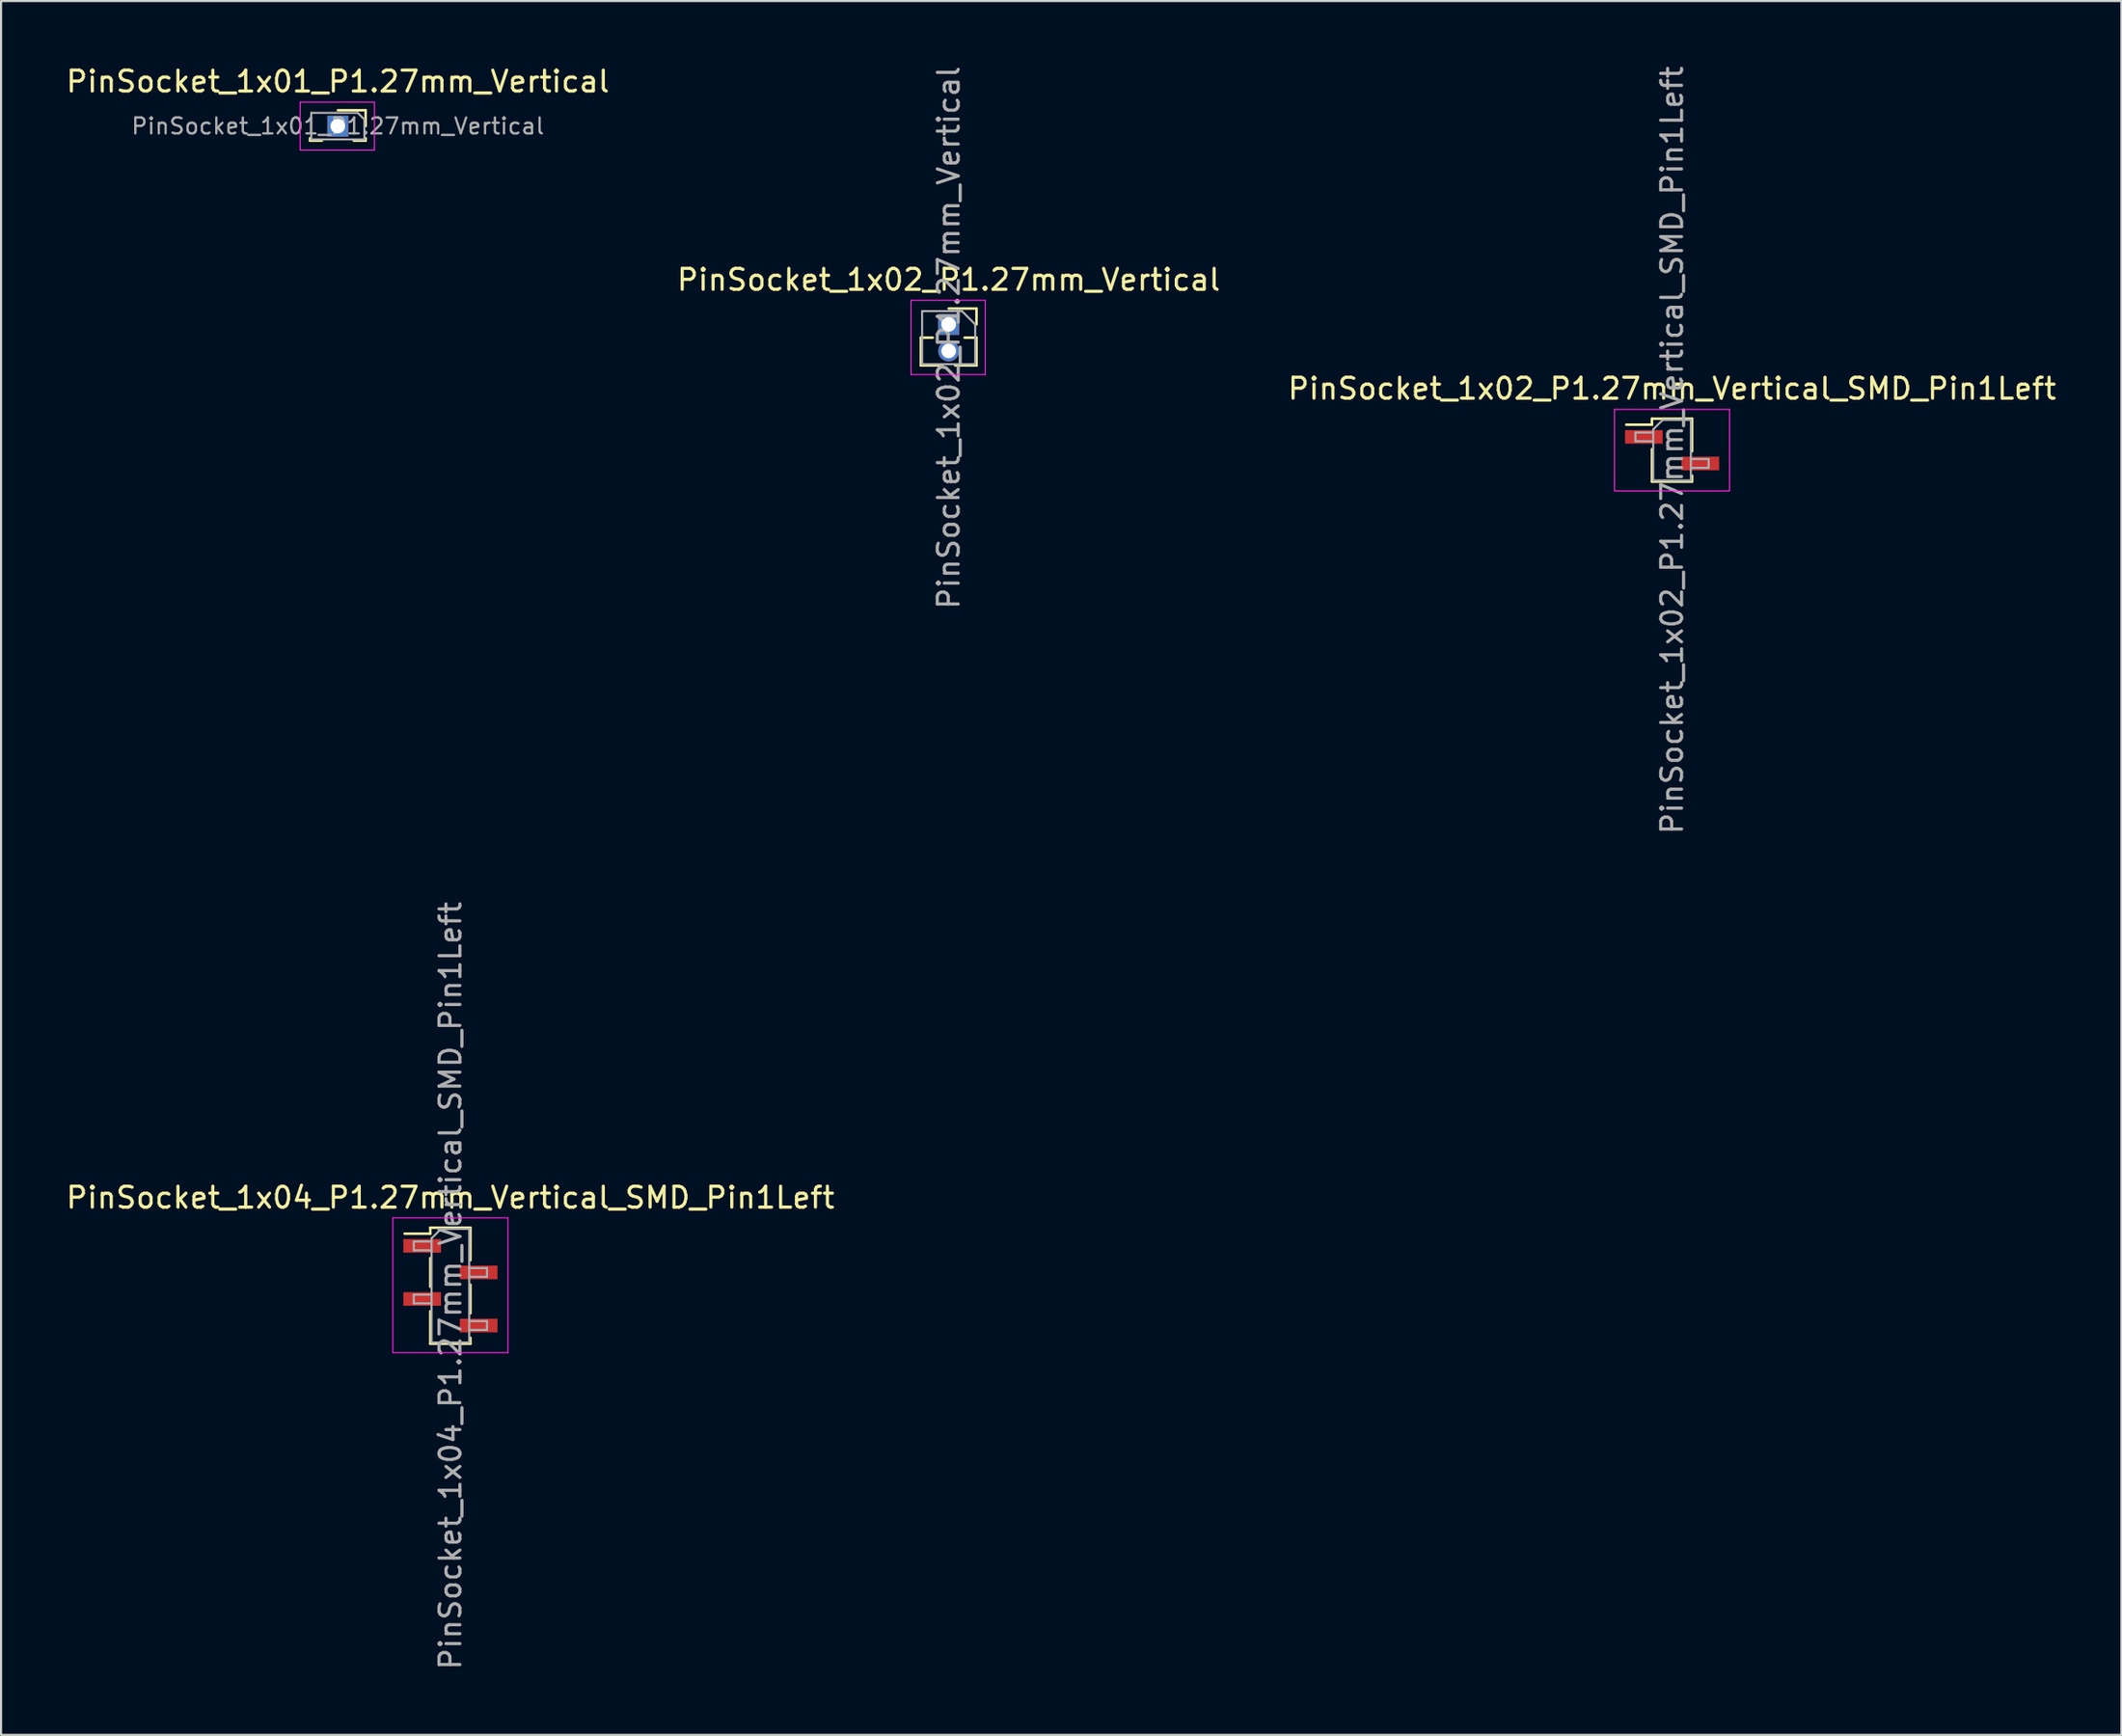
<source format=kicad_pcb>
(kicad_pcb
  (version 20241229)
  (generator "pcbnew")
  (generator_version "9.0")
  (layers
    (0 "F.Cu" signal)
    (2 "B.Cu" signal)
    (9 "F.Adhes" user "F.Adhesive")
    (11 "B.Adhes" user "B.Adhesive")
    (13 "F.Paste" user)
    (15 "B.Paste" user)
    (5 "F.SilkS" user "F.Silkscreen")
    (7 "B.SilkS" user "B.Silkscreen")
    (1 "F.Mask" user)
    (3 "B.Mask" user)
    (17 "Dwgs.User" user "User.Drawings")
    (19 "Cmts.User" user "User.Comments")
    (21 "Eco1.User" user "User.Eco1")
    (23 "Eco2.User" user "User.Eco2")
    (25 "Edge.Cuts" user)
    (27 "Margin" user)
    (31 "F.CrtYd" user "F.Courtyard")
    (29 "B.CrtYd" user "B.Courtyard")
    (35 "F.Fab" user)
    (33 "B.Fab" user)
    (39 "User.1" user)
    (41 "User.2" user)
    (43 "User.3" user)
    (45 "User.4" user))
  (footprint "PinSocket_1x02_P1.27mm_Vertical"
    (layer "F.Cu")
    (at 42.304 12.466)
    (property "Reference" "PinSocket_1x02_P1.27mm_Vertical" (at 0 -2.135 0) (layer "F.SilkS") (effects (font (size 1 1) (thickness 0.15))))
    (attr through_hole)
    (fp_line (start -1.33 0.635) (end -1.33 1.965) (stroke (width 0.12) (type solid)) (layer "F.SilkS"))
    (fp_line (start -1.33 0.635) (end -0.76 0.635) (stroke (width 0.12) (type solid)) (layer "F.SilkS"))
    (fp_line (start -1.33 1.965) (end -0.308 1.965) (stroke (width 0.12) (type solid)) (layer "F.SilkS"))
    (fp_line (start 0 -0.76) (end 1.33 -0.76) (stroke (width 0.12) (type solid)) (layer "F.SilkS"))
    (fp_line (start 0.308 1.965) (end 1.33 1.965) (stroke (width 0.12) (type solid)) (layer "F.SilkS"))
    (fp_line (start 0.76 0.635) (end 1.33 0.635) (stroke (width 0.12) (type solid)) (layer "F.SilkS"))
    (fp_line (start 1.33 -0.76) (end 1.33 0) (stroke (width 0.12) (type solid)) (layer "F.SilkS"))
    (fp_line (start 1.33 0.635) (end 1.33 1.965) (stroke (width 0.12) (type solid)) (layer "F.SilkS"))
    (fp_line (start -1.8 -1.15) (end 1.75 -1.15) (stroke (width 0.05) (type solid)) (layer "F.CrtYd"))
    (fp_line (start -1.8 2.4) (end -1.8 -1.15) (stroke (width 0.05) (type solid)) (layer "F.CrtYd"))
    (fp_line (start 1.75 -1.15) (end 1.75 2.4) (stroke (width 0.05) (type solid)) (layer "F.CrtYd"))
    (fp_line (start 1.75 2.4) (end -1.8 2.4) (stroke (width 0.05) (type solid)) (layer "F.CrtYd"))
    (fp_line (start -1.27 -0.635) (end 0.635 -0.635) (stroke (width 0.1) (type solid)) (layer "F.Fab"))
    (fp_line (start -1.27 1.905) (end -1.27 -0.635) (stroke (width 0.1) (type solid)) (layer "F.Fab"))
    (fp_line (start 0.635 -0.635) (end 1.27 0) (stroke (width 0.1) (type solid)) (layer "F.Fab"))
    (fp_line (start 1.27 0) (end 1.27 1.905) (stroke (width 0.1) (type solid)) (layer "F.Fab"))
    (fp_line (start 1.27 1.905) (end -1.27 1.905) (stroke (width 0.1) (type solid)) (layer "F.Fab"))
    (fp_text user "${REFERENCE}" (at 0 0.635 90) (layer "F.Fab") (effects (font (size 1 1) (thickness 0.15))))
    (pad "1" thru_hole rect (at 0 0) (size 1 1) (drill 0.7) (layers "*.Cu" "*.Mask"))
    (pad "2" thru_hole oval (at 0 1.27) (size 1 1) (drill 0.7) (layers "*.Cu" "*.Mask")))
  (footprint "PinSocket_1x01_P1.27mm_Vertical"
    (layer "F.Cu")
    (at 13.101 2.983)
    (property "Reference" "PinSocket_1x01_P1.27mm_Vertical" (at 0 -2.135 0) (layer "F.SilkS") (effects (font (size 1 1) (thickness 0.15))))
    (attr through_hole)
    (fp_line (start -1.33 0.575) (end -1.33 0.695) (stroke (width 0.12) (type solid)) (layer "F.SilkS"))
    (fp_line (start -1.33 0.695) (end -0.76 0.695) (stroke (width 0.12) (type solid)) (layer "F.SilkS"))
    (fp_line (start 0 -0.76) (end 1.33 -0.76) (stroke (width 0.12) (type solid)) (layer "F.SilkS"))
    (fp_line (start 0.76 0.695) (end 1.33 0.695) (stroke (width 0.12) (type solid)) (layer "F.SilkS"))
    (fp_line (start 1.33 -0.76) (end 1.33 0) (stroke (width 0.12) (type solid)) (layer "F.SilkS"))
    (fp_line (start 1.33 0.575) (end 1.33 0.695) (stroke (width 0.12) (type solid)) (layer "F.SilkS"))
    (fp_line (start -1.8 -1.15) (end 1.75 -1.15) (stroke (width 0.05) (type solid)) (layer "F.CrtYd"))
    (fp_line (start -1.8 1.15) (end -1.8 -1.15) (stroke (width 0.05) (type solid)) (layer "F.CrtYd"))
    (fp_line (start 1.75 -1.15) (end 1.75 1.15) (stroke (width 0.05) (type solid)) (layer "F.CrtYd"))
    (fp_line (start 1.75 1.15) (end -1.8 1.15) (stroke (width 0.05) (type solid)) (layer "F.CrtYd"))
    (fp_line (start -1.27 -0.635) (end 0.953 -0.635) (stroke (width 0.1) (type solid)) (layer "F.Fab"))
    (fp_line (start -1.27 0.635) (end -1.27 -0.635) (stroke (width 0.1) (type solid)) (layer "F.Fab"))
    (fp_line (start 0.953 -0.635) (end 1.27 -0.318) (stroke (width 0.1) (type solid)) (layer "F.Fab"))
    (fp_line (start 1.27 -0.318) (end 1.27 0.635) (stroke (width 0.1) (type solid)) (layer "F.Fab"))
    (fp_line (start 1.27 0.635) (end -1.27 0.635) (stroke (width 0.1) (type solid)) (layer "F.Fab"))
    (fp_text user "${REFERENCE}" (at 0 0 0) (layer "F.Fab") (effects (font (size 0.76 0.76) (thickness 0.11))))
    (pad "1" thru_hole rect (at 0 0) (size 1 1) (drill 0.7) (layers "*.Cu" "*.Mask")))
  (footprint "PinSocket_1x04_P1.27mm_Vertical_SMD_Pin1Left"
    (layer "F.Cu")
    (at 18.482 58.446)
    (property "Reference" "PinSocket_1x04_P1.27mm_Vertical_SMD_Pin1Left" (at 0 -4.215 0) (layer "F.SilkS") (effects (font (size 1 1) (thickness 0.15))))
    (attr smd)
    (fp_line (start -2.19 -2.49) (end -0.96 -2.49) (stroke (width 0.12) (type solid)) (layer "F.SilkS"))
    (fp_line (start -0.96 -2.775) (end -0.96 -2.49) (stroke (width 0.12) (type solid)) (layer "F.SilkS"))
    (fp_line (start -0.96 -2.775) (end 0.96 -2.775) (stroke (width 0.12) (type solid)) (layer "F.SilkS"))
    (fp_line (start -0.96 -1.32) (end -0.96 0.05) (stroke (width 0.12) (type solid)) (layer "F.SilkS"))
    (fp_line (start -0.96 1.22) (end -0.96 2.775) (stroke (width 0.12) (type solid)) (layer "F.SilkS"))
    (fp_line (start -0.96 2.775) (end 0.96 2.775) (stroke (width 0.12) (type solid)) (layer "F.SilkS"))
    (fp_line (start 0.96 -2.775) (end 0.96 -1.22) (stroke (width 0.12) (type solid)) (layer "F.SilkS"))
    (fp_line (start 0.96 -0.05) (end 0.96 1.32) (stroke (width 0.12) (type solid)) (layer "F.SilkS"))
    (fp_line (start 0.96 2.49) (end 0.96 2.775) (stroke (width 0.12) (type solid)) (layer "F.SilkS"))
    (fp_line (start -2.75 -3.25) (end 2.75 -3.25) (stroke (width 0.05) (type solid)) (layer "F.CrtYd"))
    (fp_line (start -2.75 3.2) (end -2.75 -3.25) (stroke (width 0.05) (type solid)) (layer "F.CrtYd"))
    (fp_line (start 2.75 -3.25) (end 2.75 3.2) (stroke (width 0.05) (type solid)) (layer "F.CrtYd"))
    (fp_line (start 2.75 3.2) (end -2.75 3.2) (stroke (width 0.05) (type solid)) (layer "F.CrtYd"))
    (fp_line (start -1.75 -2.115) (end -0.9 -2.115) (stroke (width 0.1) (type solid)) (layer "F.Fab"))
    (fp_line (start -1.75 -1.695) (end -1.75 -2.115) (stroke (width 0.1) (type solid)) (layer "F.Fab"))
    (fp_line (start -1.75 0.425) (end -0.9 0.425) (stroke (width 0.1) (type solid)) (layer "F.Fab"))
    (fp_line (start -1.75 0.845) (end -1.75 0.425) (stroke (width 0.1) (type solid)) (layer "F.Fab"))
    (fp_line (start -0.9 -2.265) (end -0.45 -2.715) (stroke (width 0.1) (type solid)) (layer "F.Fab"))
    (fp_line (start -0.9 -1.695) (end -1.75 -1.695) (stroke (width 0.1) (type solid)) (layer "F.Fab"))
    (fp_line (start -0.9 0.845) (end -1.75 0.845) (stroke (width 0.1) (type solid)) (layer "F.Fab"))
    (fp_line (start -0.9 2.715) (end -0.9 -2.265) (stroke (width 0.1) (type solid)) (layer "F.Fab"))
    (fp_line (start -0.45 -2.715) (end 0.9 -2.715) (stroke (width 0.1) (type solid)) (layer "F.Fab"))
    (fp_line (start 0.9 -2.715) (end 0.9 2.715) (stroke (width 0.1) (type solid)) (layer "F.Fab"))
    (fp_line (start 0.9 -0.845) (end 1.75 -0.845) (stroke (width 0.1) (type solid)) (layer "F.Fab"))
    (fp_line (start 0.9 1.695) (end 1.75 1.695) (stroke (width 0.1) (type solid)) (layer "F.Fab"))
    (fp_line (start 0.9 2.715) (end -0.9 2.715) (stroke (width 0.1) (type solid)) (layer "F.Fab"))
    (fp_line (start 1.75 -0.845) (end 1.75 -0.425) (stroke (width 0.1) (type solid)) (layer "F.Fab"))
    (fp_line (start 1.75 -0.425) (end 0.9 -0.425) (stroke (width 0.1) (type solid)) (layer "F.Fab"))
    (fp_line (start 1.75 1.695) (end 1.75 2.115) (stroke (width 0.1) (type solid)) (layer "F.Fab"))
    (fp_line (start 1.75 2.115) (end 0.9 2.115) (stroke (width 0.1) (type solid)) (layer "F.Fab"))
    (fp_text user "${REFERENCE}" (at 0 0 90) (layer "F.Fab") (effects (font (size 1 1) (thickness 0.15))))
    (pad "1" smd rect (at -1.35 -1.905) (size 1.8 0.65) (layers "F.Cu" "F.Mask" "F.Paste"))
    (pad "2" smd rect (at 1.35 -0.635) (size 1.8 0.65) (layers "F.Cu" "F.Mask" "F.Paste"))
    (pad "3" smd rect (at -1.35 0.635) (size 1.8 0.65) (layers "F.Cu" "F.Mask" "F.Paste"))
    (pad "4" smd rect (at 1.35 1.905) (size 1.8 0.65) (layers "F.Cu" "F.Mask" "F.Paste")))
  (footprint "PinSocket_1x02_P1.27mm_Vertical_SMD_Pin1Left"
    (layer "F.Cu")
    (at 76.887 18.482)
    (property "Reference" "PinSocket_1x02_P1.27mm_Vertical_SMD_Pin1Left" (at 0 -2.945 0) (layer "F.SilkS") (effects (font (size 1 1) (thickness 0.15))))
    (attr smd)
    (fp_line (start -2.19 -1.22) (end -0.96 -1.22) (stroke (width 0.12) (type solid)) (layer "F.SilkS"))
    (fp_line (start -0.96 -1.505) (end -0.96 -1.22) (stroke (width 0.12) (type solid)) (layer "F.SilkS"))
    (fp_line (start -0.96 -1.505) (end 0.96 -1.505) (stroke (width 0.12) (type solid)) (layer "F.SilkS"))
    (fp_line (start -0.96 -0.05) (end -0.96 1.505) (stroke (width 0.12) (type solid)) (layer "F.SilkS"))
    (fp_line (start -0.96 1.505) (end 0.96 1.505) (stroke (width 0.12) (type solid)) (layer "F.SilkS"))
    (fp_line (start 0.96 -1.505) (end 0.96 0.05) (stroke (width 0.12) (type solid)) (layer "F.SilkS"))
    (fp_line (start 0.96 1.22) (end 0.96 1.505) (stroke (width 0.12) (type solid)) (layer "F.SilkS"))
    (fp_line (start -2.75 -1.95) (end 2.75 -1.95) (stroke (width 0.05) (type solid)) (layer "F.CrtYd"))
    (fp_line (start -2.75 1.95) (end -2.75 -1.95) (stroke (width 0.05) (type solid)) (layer "F.CrtYd"))
    (fp_line (start 2.75 -1.95) (end 2.75 1.95) (stroke (width 0.05) (type solid)) (layer "F.CrtYd"))
    (fp_line (start 2.75 1.95) (end -2.75 1.95) (stroke (width 0.05) (type solid)) (layer "F.CrtYd"))
    (fp_line (start -1.75 -0.845) (end -0.9 -0.845) (stroke (width 0.1) (type solid)) (layer "F.Fab"))
    (fp_line (start -1.75 -0.425) (end -1.75 -0.845) (stroke (width 0.1) (type solid)) (layer "F.Fab"))
    (fp_line (start -0.9 -0.995) (end -0.45 -1.445) (stroke (width 0.1) (type solid)) (layer "F.Fab"))
    (fp_line (start -0.9 -0.425) (end -1.75 -0.425) (stroke (width 0.1) (type solid)) (layer "F.Fab"))
    (fp_line (start -0.9 1.445) (end -0.9 -0.995) (stroke (width 0.1) (type solid)) (layer "F.Fab"))
    (fp_line (start -0.45 -1.445) (end 0.9 -1.445) (stroke (width 0.1) (type solid)) (layer "F.Fab"))
    (fp_line (start 0.9 -1.445) (end 0.9 1.445) (stroke (width 0.1) (type solid)) (layer "F.Fab"))
    (fp_line (start 0.9 0.425) (end 1.75 0.425) (stroke (width 0.1) (type solid)) (layer "F.Fab"))
    (fp_line (start 0.9 1.445) (end -0.9 1.445) (stroke (width 0.1) (type solid)) (layer "F.Fab"))
    (fp_line (start 1.75 0.425) (end 1.75 0.845) (stroke (width 0.1) (type solid)) (layer "F.Fab"))
    (fp_line (start 1.75 0.845) (end 0.9 0.845) (stroke (width 0.1) (type solid)) (layer "F.Fab"))
    (fp_text user "${REFERENCE}" (at 0 0 90) (layer "F.Fab") (effects (font (size 1 1) (thickness 0.15))))
    (pad "1" smd rect (at -1.35 -0.635) (size 1.8 0.65) (layers "F.Cu" "F.Mask" "F.Paste"))
    (pad "2" smd rect (at 1.35 0.635) (size 1.8 0.65) (layers "F.Cu" "F.Mask" "F.Paste")))
  (gr_rect
    (start -3 -3)
    (end 98.369 79.929)
    (stroke (width 0.1) (type default))
    (fill no)
    (layer "Edge.Cuts")))
</source>
